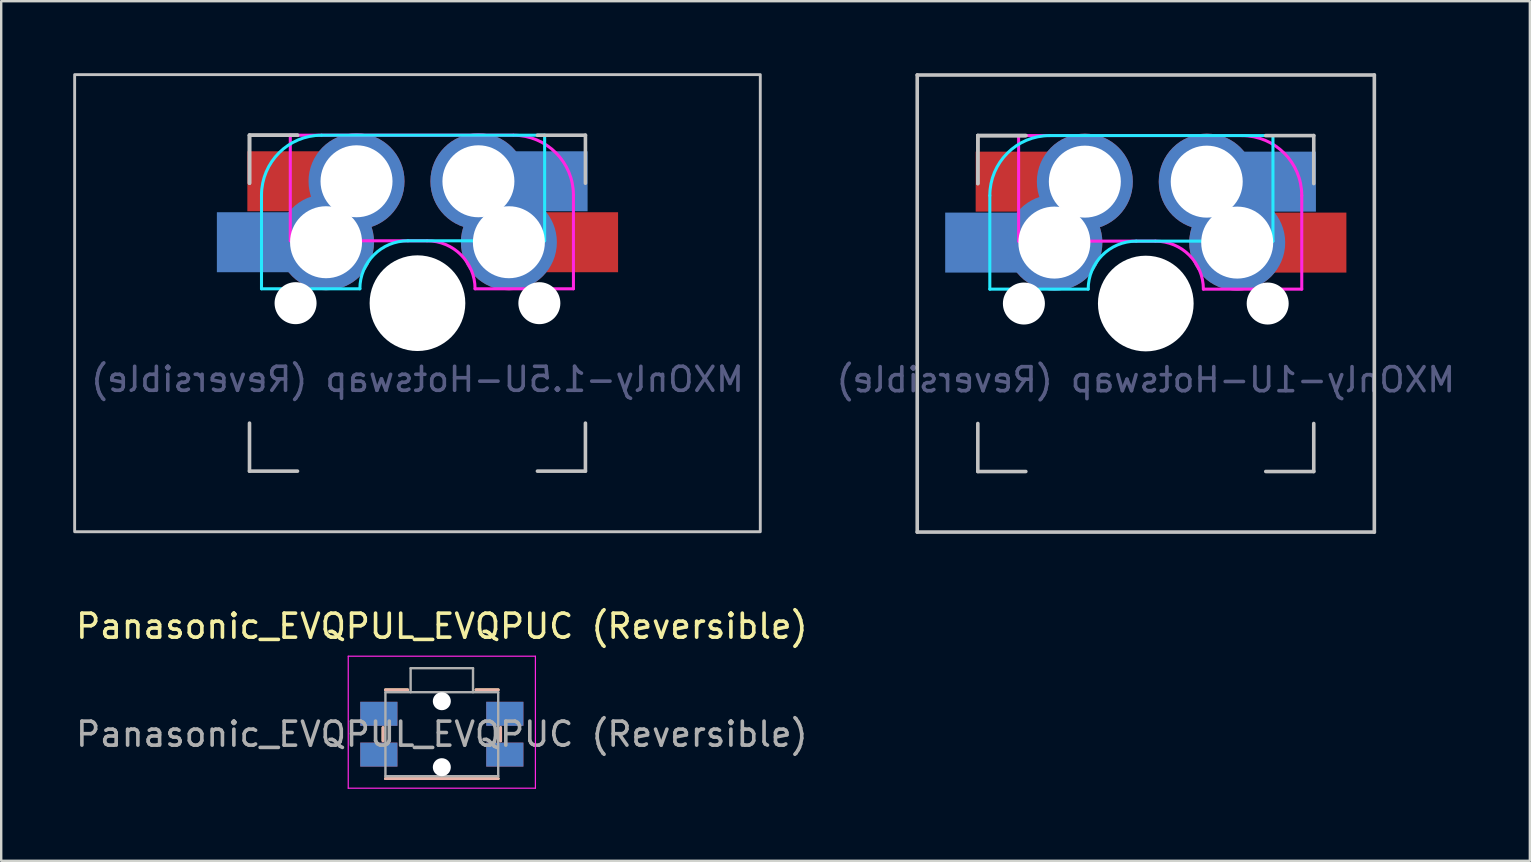
<source format=kicad_pcb>
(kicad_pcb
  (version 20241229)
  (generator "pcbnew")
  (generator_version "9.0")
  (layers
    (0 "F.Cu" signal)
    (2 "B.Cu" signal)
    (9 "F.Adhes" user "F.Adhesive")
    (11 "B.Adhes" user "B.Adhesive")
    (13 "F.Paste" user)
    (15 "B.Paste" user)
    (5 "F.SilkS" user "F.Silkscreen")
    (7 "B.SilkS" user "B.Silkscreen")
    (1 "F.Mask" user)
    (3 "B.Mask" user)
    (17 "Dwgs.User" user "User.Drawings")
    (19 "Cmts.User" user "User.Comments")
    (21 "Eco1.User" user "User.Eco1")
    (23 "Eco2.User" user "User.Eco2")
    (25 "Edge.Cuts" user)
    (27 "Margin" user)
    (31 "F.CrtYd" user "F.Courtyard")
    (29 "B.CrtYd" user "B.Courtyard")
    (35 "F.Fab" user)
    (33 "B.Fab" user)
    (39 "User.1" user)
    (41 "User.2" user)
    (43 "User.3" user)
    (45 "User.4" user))
  (footprint "Panasonic_EVQPUL_EVQPUC (Reversible)"
    (layer "F.Cu")
    (at 15.363 27.548)
    (property "Reference" "Panasonic_EVQPUL_EVQPUC (Reversible)" (at 0 -4.5 0) (layer "F.SilkS") (effects (font (size 1 1) (thickness 0.15))))
    (attr smd)
    (fp_line (start -2.45 0.275) (end -2.45 -0.275) (stroke (width 0.12) (type solid)) (layer "F.SilkS"))
    (fp_line (start -1.425 -1.85) (end -2.35 -1.85) (stroke (width 0.12) (type solid)) (layer "F.SilkS"))
    (fp_line (start 2.35 -1.85) (end 1.425 -1.85) (stroke (width 0.12) (type solid)) (layer "F.SilkS"))
    (fp_line (start 2.35 1.85) (end -2.35 1.85) (stroke (width 0.12) (type solid)) (layer "F.SilkS"))
    (fp_line (start 2.45 0.275) (end 2.45 -0.275) (stroke (width 0.12) (type solid)) (layer "F.SilkS"))
    (fp_line (start -2.45 0.275) (end -2.45 -0.275) (stroke (width 0.12) (type solid)) (layer "B.SilkS"))
    (fp_line (start -2.35 -1.85) (end -1.425 -1.85) (stroke (width 0.12) (type solid)) (layer "B.SilkS"))
    (fp_line (start -2.35 1.85) (end 2.35 1.85) (stroke (width 0.12) (type solid)) (layer "B.SilkS"))
    (fp_line (start 1.425 -1.85) (end 2.35 -1.85) (stroke (width 0.12) (type solid)) (layer "B.SilkS"))
    (fp_line (start 2.45 0.275) (end 2.45 -0.275) (stroke (width 0.12) (type solid)) (layer "B.SilkS"))
    (fp_line (start -3.9 2.25) (end -3.9 -3.25) (stroke (width 0.05) (type solid)) (layer "F.CrtYd"))
    (fp_line (start 3.9 -3.25) (end -3.9 -3.25) (stroke (width 0.05) (type solid)) (layer "F.CrtYd"))
    (fp_line (start 3.9 2.25) (end -3.9 2.25) (stroke (width 0.05) (type solid)) (layer "F.CrtYd"))
    (fp_line (start 3.9 2.25) (end 3.9 -3.25) (stroke (width 0.05) (type solid)) (layer "F.CrtYd"))
    (fp_line (start -2.35 1.75) (end -2.35 -1.75) (stroke (width 0.1) (type solid)) (layer "F.Fab"))
    (fp_line (start -1.3 -2.75) (end -1.3 -1.75) (stroke (width 0.1) (type solid)) (layer "F.Fab"))
    (fp_line (start 1.3 -2.75) (end -1.3 -2.75) (stroke (width 0.1) (type solid)) (layer "F.Fab"))
    (fp_line (start 1.3 -2.75) (end 1.3 -1.75) (stroke (width 0.1) (type solid)) (layer "F.Fab"))
    (fp_line (start 2.35 -1.75) (end -2.35 -1.75) (stroke (width 0.1) (type solid)) (layer "F.Fab"))
    (fp_line (start 2.35 1.75) (end -2.35 1.75) (stroke (width 0.1) (type solid)) (layer "F.Fab"))
    (fp_line (start 2.35 1.75) (end 2.35 -1.75) (stroke (width 0.1) (type solid)) (layer "F.Fab"))
    (fp_text user "${REFERENCE}" (at 0 0 0) (layer "F.Fab") (effects (font (size 1 1) (thickness 0.15))))
    (pad "" np_thru_hole circle (at 0 -1.375 180) (size 0.75 0.75) (drill 0.75) (layers "*.Cu" "*.Mask"))
    (pad "" np_thru_hole circle (at 0 1.375 180) (size 0.75 0.75) (drill 0.75) (layers "*.Cu" "*.Mask"))
    (pad "1" smd rect (at -2.625 -0.85 180) (size 1.55 1) (layers "F.Cu" "F.Mask" "F.Paste"))
    (pad "1" smd rect (at -2.625 -0.85 180) (size 1.55 1) (layers "B.Cu" "B.Mask" "B.Paste"))
    (pad "1" smd rect (at 2.625 -0.85 180) (size 1.55 1) (layers "F.Cu" "F.Mask" "F.Paste"))
    (pad "1" smd rect (at 2.625 -0.85 180) (size 1.55 1) (layers "B.Cu" "B.Mask" "B.Paste"))
    (pad "2" smd rect (at -2.625 0.85 180) (size 1.55 1) (layers "F.Cu" "F.Mask" "F.Paste"))
    (pad "2" smd rect (at -2.625 0.85 180) (size 1.55 1) (layers "B.Cu" "B.Mask" "B.Paste"))
    (pad "2" smd rect (at 2.625 0.85 180) (size 1.55 1) (layers "F.Cu" "F.Mask" "F.Paste"))
    (pad "2" smd rect (at 2.625 0.85 180) (size 1.55 1) (layers "B.Cu" "B.Mask" "B.Paste")))
  (footprint "MXOnly-1U-Hotswap (Reversible)"
    (layer "F.Cu")
    (at 44.701 9.6)
    (property "Reference" "MXOnly-1U-Hotswap (Reversible)" (at 0 3.175 0) (layer "B.Fab") (effects (font (size 1 1) (thickness 0.15)) (justify mirror)))
    (attr through_hole)
    (fp_line (start -9.525 -9.525) (end 9.525 -9.525) (stroke (width 0.15) (type solid)) (layer "Dwgs.User"))
    (fp_line (start -9.525 9.525) (end -9.525 -9.525) (stroke (width 0.15) (type solid)) (layer "Dwgs.User"))
    (fp_line (start -7 -7) (end -7 -5) (stroke (width 0.15) (type solid)) (layer "Dwgs.User"))
    (fp_line (start -7 -7) (end -7 -5) (stroke (width 0.15) (type solid)) (layer "Dwgs.User"))
    (fp_line (start -7 5) (end -7 7) (stroke (width 0.15) (type solid)) (layer "Dwgs.User"))
    (fp_line (start -7 7) (end -5 7) (stroke (width 0.15) (type solid)) (layer "Dwgs.User"))
    (fp_line (start -5 -7) (end -7 -7) (stroke (width 0.15) (type solid)) (layer "Dwgs.User"))
    (fp_line (start -5 -7) (end -7 -7) (stroke (width 0.15) (type solid)) (layer "Dwgs.User"))
    (fp_line (start 5 -7) (end 7 -7) (stroke (width 0.15) (type solid)) (layer "Dwgs.User"))
    (fp_line (start 5 7) (end 7 7) (stroke (width 0.15) (type solid)) (layer "Dwgs.User"))
    (fp_line (start 7 -5) (end 7 -7) (stroke (width 0.15) (type solid)) (layer "Dwgs.User"))
    (fp_line (start 7 7) (end 7 5) (stroke (width 0.15) (type solid)) (layer "Dwgs.User"))
    (fp_line (start 9.525 -9.525) (end 9.525 9.525) (stroke (width 0.15) (type solid)) (layer "Dwgs.User"))
    (fp_line (start 9.525 9.525) (end -9.525 9.525) (stroke (width 0.15) (type solid)) (layer "Dwgs.User"))
    (fp_line (start -6.5 -4.5) (end -6.5 -0.6) (stroke (width 0.127) (type solid)) (layer "B.CrtYd"))
    (fp_line (start -6.5 -0.6) (end -2.4 -0.6) (stroke (width 0.127) (type solid)) (layer "B.CrtYd"))
    (fp_line (start -0.4 -2.6) (end 5.3 -2.6) (stroke (width 0.127) (type solid)) (layer "B.CrtYd"))
    (fp_line (start 5.3 -7) (end -4 -7) (stroke (width 0.127) (type solid)) (layer "B.CrtYd"))
    (fp_line (start 5.3 -7) (end 5.3 -2.6) (stroke (width 0.127) (type solid)) (layer "B.CrtYd"))
    (fp_arc (start -6.5 -4.5) (mid -5.767767 -6.267767) (end -4 -7) (stroke (width 0.127) (type solid)) (layer "B.CrtYd"))
    (fp_arc (start -2.4 -0.6) (mid -1.814214 -2.014214) (end -0.4 -2.6) (stroke (width 0.127) (type solid)) (layer "B.CrtYd"))
    (fp_line (start -5.3 -7) (end -5.3 -2.6) (stroke (width 0.127) (type solid)) (layer "F.CrtYd"))
    (fp_line (start -5.3 -7) (end 4 -7) (stroke (width 0.127) (type solid)) (layer "F.CrtYd"))
    (fp_line (start 0.4 -2.6) (end -5.3 -2.6) (stroke (width 0.127) (type solid)) (layer "F.CrtYd"))
    (fp_line (start 6.5 -4.5) (end 6.5 -0.6) (stroke (width 0.127) (type solid)) (layer "F.CrtYd"))
    (fp_line (start 6.5 -0.6) (end 2.4 -0.6) (stroke (width 0.127) (type solid)) (layer "F.CrtYd"))
    (fp_arc (start 0.4 -2.6) (mid 1.814214 -2.014214) (end 2.4 -0.6) (stroke (width 0.127) (type solid)) (layer "F.CrtYd"))
    (fp_arc (start 4 -7) (mid 5.767767 -6.267767) (end 6.5 -4.5) (stroke (width 0.127) (type solid)) (layer "F.CrtYd"))
    (pad "" smd rect (at -7.085 -2.54 180) (size 2.55 2.5) (layers "B.Mask" "B.Paste"))
    (pad "" smd rect (at -7.085 -2.54) (size 2.55 2.5) (layers "B.Mask" "B.Paste"))
    (pad "" smd rect (at -5.815 -5.08) (size 2.55 2.5) (layers "F.Mask" "F.Paste"))
    (pad "" np_thru_hole circle (at -5.08 0 48.1) (size 1.75 1.75) (drill 1.75) (layers "*.Cu" "*.Mask"))
    (pad "" np_thru_hole circle (at 0 0) (size 3.988 3.988) (drill 3.988) (layers "*.Cu" "*.Mask"))
    (pad "" np_thru_hole circle (at 5.08 0 48.1) (size 1.75 1.75) (drill 1.75) (layers "*.Cu" "*.Mask"))
    (pad "" smd rect (at 5.815 -5.08) (size 2.55 2.5) (layers "B.Mask" "B.Paste"))
    (pad "" smd rect (at 5.815 -5.08) (size 2.55 2.5) (layers "B.Mask" "B.Paste"))
    (pad "" smd rect (at 7.085 -2.54 180) (size 2.55 2.5) (layers "F.Mask" "F.Paste"))
    (pad "" smd rect (at 7.085 -2.54) (size 2.55 2.5) (layers "F.Mask" "F.Paste"))
    (pad "1" smd rect (at -6.611 -2.54 180) (size 3.498 2.5) (layers "B.Cu"))
    (pad "1" smd rect (at -5.341 -5.08) (size 3.498 2.5) (layers "F.Cu"))
    (pad "1" thru_hole circle (at -3.81 -2.54) (size 4 4) (drill 3) (layers "*.Cu" "*.Mask"))
    (pad "1" thru_hole circle (at -2.54 -5.08) (size 4 4) (drill 3) (layers "*.Cu" "*.Mask"))
    (pad "2" thru_hole circle (at 2.54 -5.08) (size 4 4) (drill 3) (layers "*.Cu" "*.Mask"))
    (pad "2" thru_hole circle (at 3.81 -2.54) (size 4 4) (drill 3) (layers "*.Cu" "*.Mask"))
    (pad "2" smd rect (at 5.341 -5.08) (size 3.498 2.5) (layers "B.Cu"))
    (pad "2" smd rect (at 6.611 -2.54 180) (size 3.498 2.5) (layers "F.Cu")))
  (footprint "MXOnly-1.5U-Hotswap (Reversible)"
    (layer "F.Cu")
    (at 14.348 9.585)
    (property "Reference" "MXOnly-1.5U-Hotswap (Reversible)" (at 0 3.175 0) (layer "B.Fab") (effects (font (size 1 1) (thickness 0.15)) (justify mirror)))
    (attr through_hole)
    (fp_line (start -7 -7) (end -7 -5) (stroke (width 0.15) (type solid)) (layer "Dwgs.User"))
    (fp_line (start -7 -7) (end -7 -5) (stroke (width 0.15) (type solid)) (layer "Dwgs.User"))
    (fp_line (start -7 5) (end -7 7) (stroke (width 0.15) (type solid)) (layer "Dwgs.User"))
    (fp_line (start -7 7) (end -5 7) (stroke (width 0.15) (type solid)) (layer "Dwgs.User"))
    (fp_line (start -5 -7) (end -7 -7) (stroke (width 0.15) (type solid)) (layer "Dwgs.User"))
    (fp_line (start -5 -7) (end -7 -7) (stroke (width 0.15) (type solid)) (layer "Dwgs.User"))
    (fp_line (start 5 -7) (end 7 -7) (stroke (width 0.15) (type solid)) (layer "Dwgs.User"))
    (fp_line (start 5 7) (end 7 7) (stroke (width 0.15) (type solid)) (layer "Dwgs.User"))
    (fp_line (start 7 -5) (end 7 -7) (stroke (width 0.15) (type solid)) (layer "Dwgs.User"))
    (fp_line (start 7 7) (end 7 5) (stroke (width 0.15) (type solid)) (layer "Dwgs.User"))
    (fp_rect (start -14.287 -9.525) (end 14.287 9.525) (stroke (width 0.12) (type solid)) (fill no) (layer "Dwgs.User"))
    (fp_line (start -6.5 -4.5) (end -6.5 -0.6) (stroke (width 0.127) (type solid)) (layer "B.CrtYd"))
    (fp_line (start -6.5 -0.6) (end -2.4 -0.6) (stroke (width 0.127) (type solid)) (layer "B.CrtYd"))
    (fp_line (start -0.4 -2.6) (end 5.3 -2.6) (stroke (width 0.127) (type solid)) (layer "B.CrtYd"))
    (fp_line (start 5.3 -7) (end -4 -7) (stroke (width 0.127) (type solid)) (layer "B.CrtYd"))
    (fp_line (start 5.3 -7) (end 5.3 -2.6) (stroke (width 0.127) (type solid)) (layer "B.CrtYd"))
    (fp_arc (start -6.5 -4.5) (mid -5.767767 -6.267767) (end -4 -7) (stroke (width 0.127) (type solid)) (layer "B.CrtYd"))
    (fp_arc (start -2.4 -0.6) (mid -1.814214 -2.014214) (end -0.4 -2.6) (stroke (width 0.127) (type solid)) (layer "B.CrtYd"))
    (fp_line (start -5.3 -7) (end -5.3 -2.6) (stroke (width 0.127) (type solid)) (layer "F.CrtYd"))
    (fp_line (start -5.3 -7) (end 4 -7) (stroke (width 0.127) (type solid)) (layer "F.CrtYd"))
    (fp_line (start 0.4 -2.6) (end -5.3 -2.6) (stroke (width 0.127) (type solid)) (layer "F.CrtYd"))
    (fp_line (start 6.5 -4.5) (end 6.5 -0.6) (stroke (width 0.127) (type solid)) (layer "F.CrtYd"))
    (fp_line (start 6.5 -0.6) (end 2.4 -0.6) (stroke (width 0.127) (type solid)) (layer "F.CrtYd"))
    (fp_arc (start 0.4 -2.6) (mid 1.814214 -2.014214) (end 2.4 -0.6) (stroke (width 0.127) (type solid)) (layer "F.CrtYd"))
    (fp_arc (start 4 -7) (mid 5.767767 -6.267767) (end 6.5 -4.5) (stroke (width 0.127) (type solid)) (layer "F.CrtYd"))
    (pad "" smd rect (at -7.085 -2.54 180) (size 2.55 2.5) (layers "B.Mask" "B.Paste"))
    (pad "" smd rect (at -7.085 -2.54) (size 2.55 2.5) (layers "B.Mask" "B.Paste"))
    (pad "" smd rect (at -5.815 -5.08) (size 2.55 2.5) (layers "F.Mask" "F.Paste"))
    (pad "" np_thru_hole circle (at -5.08 0 48.1) (size 1.75 1.75) (drill 1.75) (layers "*.Cu" "*.Mask"))
    (pad "" np_thru_hole circle (at 0 0) (size 3.988 3.988) (drill 3.988) (layers "*.Cu" "*.Mask"))
    (pad "" np_thru_hole circle (at 5.08 0 48.1) (size 1.75 1.75) (drill 1.75) (layers "*.Cu" "*.Mask"))
    (pad "" smd rect (at 5.815 -5.08) (size 2.55 2.5) (layers "B.Mask" "B.Paste"))
    (pad "" smd rect (at 5.815 -5.08) (size 2.55 2.5) (layers "B.Mask" "B.Paste"))
    (pad "" smd rect (at 7.085 -2.54) (size 2.55 2.5) (layers "F.Mask" "F.Paste"))
    (pad "" smd rect (at 7.085 -2.54 180) (size 2.55 2.5) (layers "F.Mask" "F.Paste"))
    (pad "1" smd rect (at -6.611 -2.54 180) (size 3.498 2.5) (layers "B.Cu"))
    (pad "1" smd rect (at -5.341 -5.08) (size 3.498 2.5) (layers "F.Cu"))
    (pad "1" thru_hole circle (at -3.81 -2.54) (size 4 4) (drill 3) (layers "*.Cu" "*.Mask"))
    (pad "1" thru_hole circle (at -2.54 -5.08) (size 4 4) (drill 3) (layers "*.Cu" "*.Mask"))
    (pad "2" thru_hole circle (at 2.54 -5.08) (size 4 4) (drill 3) (layers "*.Cu" "*.Mask"))
    (pad "2" thru_hole circle (at 3.81 -2.54) (size 4 4) (drill 3) (layers "*.Cu" "*.Mask"))
    (pad "2" smd rect (at 5.341 -5.08) (size 3.498 2.5) (layers "B.Cu"))
    (pad "2" smd rect (at 6.611 -2.54 180) (size 3.498 2.5) (layers "F.Cu")))
  (gr_rect
    (start -3 -3)
    (end 60.707 32.823)
    (stroke (width 0.1) (type default))
    (fill no)
    (layer "Edge.Cuts")))
</source>
